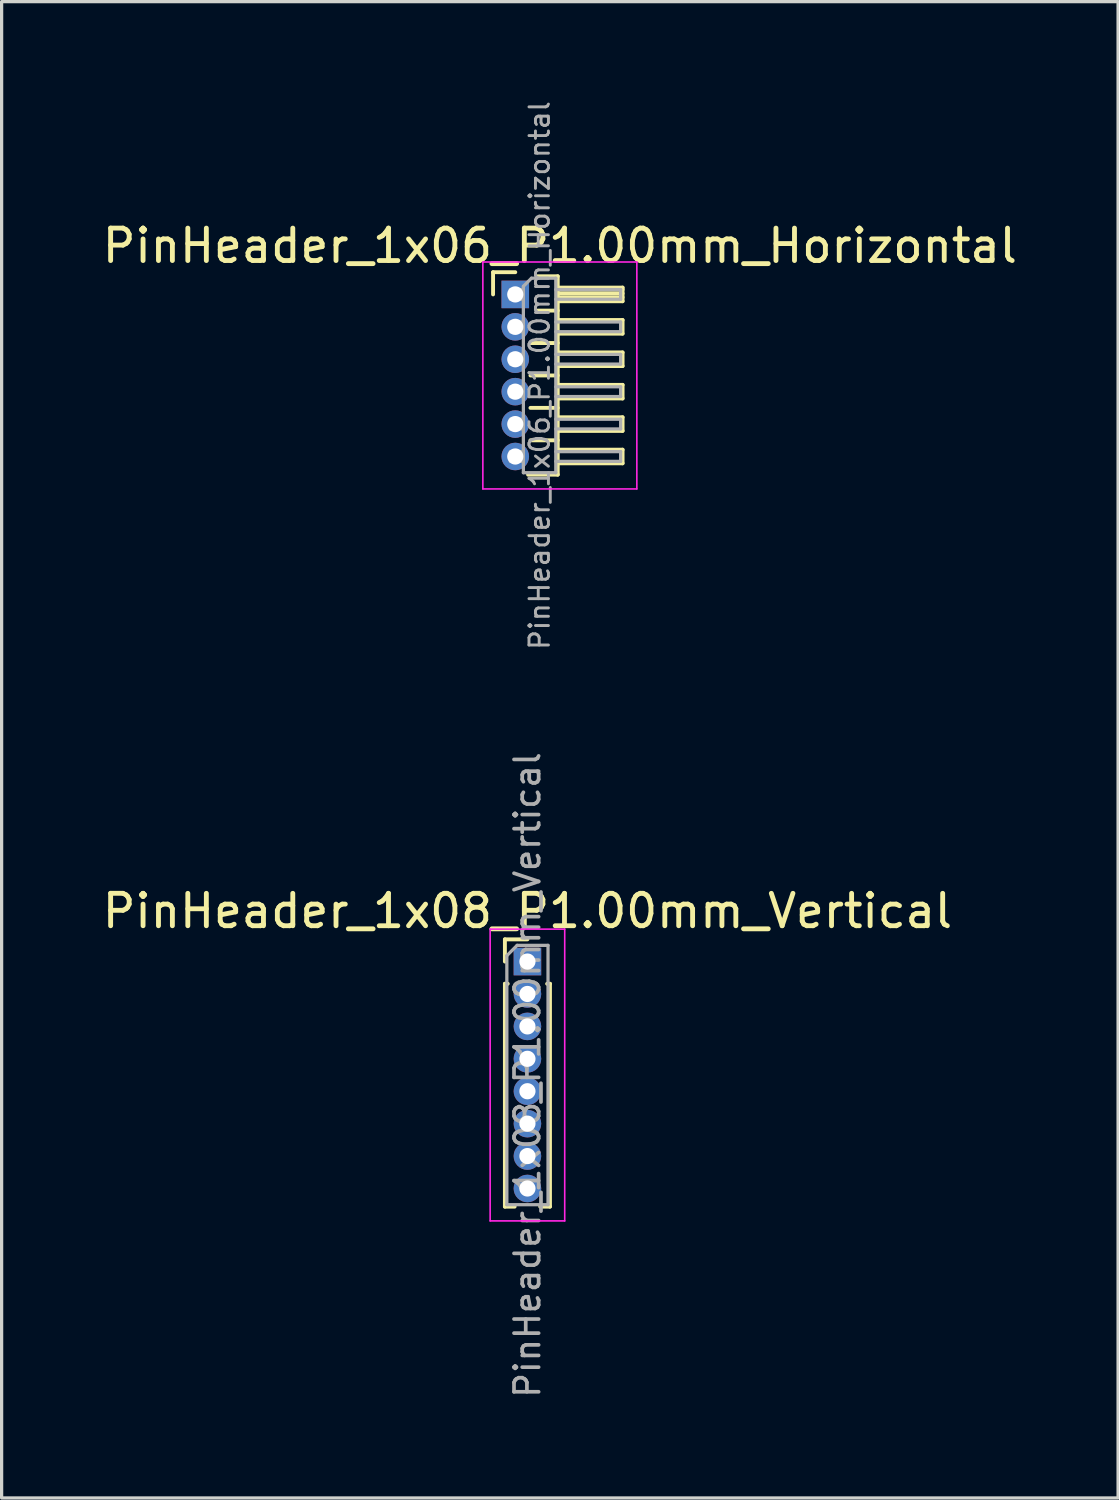
<source format=kicad_pcb>
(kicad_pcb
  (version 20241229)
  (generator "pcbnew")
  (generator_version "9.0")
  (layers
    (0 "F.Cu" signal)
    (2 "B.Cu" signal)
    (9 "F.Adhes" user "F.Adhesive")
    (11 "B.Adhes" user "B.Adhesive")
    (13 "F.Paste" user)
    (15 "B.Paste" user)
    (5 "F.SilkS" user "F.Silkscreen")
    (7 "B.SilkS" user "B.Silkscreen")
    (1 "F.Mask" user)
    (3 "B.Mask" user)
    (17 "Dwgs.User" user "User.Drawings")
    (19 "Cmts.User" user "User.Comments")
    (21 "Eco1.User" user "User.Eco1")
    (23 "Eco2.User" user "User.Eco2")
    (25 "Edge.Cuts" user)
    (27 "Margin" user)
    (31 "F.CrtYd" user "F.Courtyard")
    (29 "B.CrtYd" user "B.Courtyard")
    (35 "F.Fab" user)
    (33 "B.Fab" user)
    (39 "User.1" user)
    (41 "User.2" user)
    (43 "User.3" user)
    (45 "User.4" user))
  (footprint "PinHeader_1x08_P1.00mm_Vertical"
    (layer "F.Cu")
    (at 13.22 26.612)
    (property "Reference" "PinHeader_1x08_P1.00mm_Vertical" (at 0 -1.56 0) (layer "F.SilkS") (effects (font (size 1 1) (thickness 0.15))))
    (attr through_hole)
    (fp_line (start -0.695 -0.685) (end 0 -0.685) (stroke (width 0.12) (type solid)) (layer "F.SilkS"))
    (fp_line (start -0.695 0) (end -0.695 -0.685) (stroke (width 0.12) (type solid)) (layer "F.SilkS"))
    (fp_line (start -0.695 0.685) (end -0.695 7.56) (stroke (width 0.12) (type solid)) (layer "F.SilkS"))
    (fp_line (start -0.695 0.685) (end -0.608 0.685) (stroke (width 0.12) (type solid)) (layer "F.SilkS"))
    (fp_line (start -0.695 7.56) (end -0.394 7.56) (stroke (width 0.12) (type solid)) (layer "F.SilkS"))
    (fp_line (start 0.394 7.56) (end 0.695 7.56) (stroke (width 0.12) (type solid)) (layer "F.SilkS"))
    (fp_line (start 0.608 0.685) (end 0.695 0.685) (stroke (width 0.12) (type solid)) (layer "F.SilkS"))
    (fp_line (start 0.695 0.685) (end 0.695 7.56) (stroke (width 0.12) (type solid)) (layer "F.SilkS"))
    (fp_line (start -1.15 -1) (end -1.15 8) (stroke (width 0.05) (type solid)) (layer "F.CrtYd"))
    (fp_line (start -1.15 8) (end 1.15 8) (stroke (width 0.05) (type solid)) (layer "F.CrtYd"))
    (fp_line (start 1.15 -1) (end -1.15 -1) (stroke (width 0.05) (type solid)) (layer "F.CrtYd"))
    (fp_line (start 1.15 8) (end 1.15 -1) (stroke (width 0.05) (type solid)) (layer "F.CrtYd"))
    (fp_line (start -0.635 -0.182) (end -0.318 -0.5) (stroke (width 0.1) (type solid)) (layer "F.Fab"))
    (fp_line (start -0.635 7.5) (end -0.635 -0.182) (stroke (width 0.1) (type solid)) (layer "F.Fab"))
    (fp_line (start -0.318 -0.5) (end 0.635 -0.5) (stroke (width 0.1) (type solid)) (layer "F.Fab"))
    (fp_line (start 0.635 -0.5) (end 0.635 7.5) (stroke (width 0.1) (type solid)) (layer "F.Fab"))
    (fp_line (start 0.635 7.5) (end -0.635 7.5) (stroke (width 0.1) (type solid)) (layer "F.Fab"))
    (fp_text user "${REFERENCE}" (at 0 3.5 90) (layer "F.Fab") (effects (font (size 0.76 0.76) (thickness 0.114))))
    (pad "1" thru_hole rect (at 0 0) (size 0.85 0.85) (drill 0.5) (layers "*.Cu" "*.Mask"))
    (pad "2" thru_hole oval (at 0 1) (size 0.85 0.85) (drill 0.5) (layers "*.Cu" "*.Mask"))
    (pad "3" thru_hole oval (at 0 2) (size 0.85 0.85) (drill 0.5) (layers "*.Cu" "*.Mask"))
    (pad "4" thru_hole oval (at 0 3) (size 0.85 0.85) (drill 0.5) (layers "*.Cu" "*.Mask"))
    (pad "5" thru_hole oval (at 0 4) (size 0.85 0.85) (drill 0.5) (layers "*.Cu" "*.Mask"))
    (pad "6" thru_hole oval (at 0 5) (size 0.85 0.85) (drill 0.5) (layers "*.Cu" "*.Mask"))
    (pad "7" thru_hole oval (at 0 6) (size 0.85 0.85) (drill 0.5) (layers "*.Cu" "*.Mask"))
    (pad "8" thru_hole oval (at 0 7) (size 0.85 0.85) (drill 0.5) (layers "*.Cu" "*.Mask")))
  (footprint "PinHeader_1x06_P1.00mm_Horizontal"
    (layer "F.Cu")
    (at 12.845 6.032)
    (property "Reference" "PinHeader_1x06_P1.00mm_Horizontal" (at 1.375 -1.5 0) (layer "F.SilkS") (effects (font (size 1 1) (thickness 0.15))))
    (attr through_hole)
    (fp_line (start -0.685 -0.685) (end 0 -0.685) (stroke (width 0.12) (type solid)) (layer "F.SilkS"))
    (fp_line (start -0.685 0) (end -0.685 -0.685) (stroke (width 0.12) (type solid)) (layer "F.SilkS"))
    (fp_line (start 0.468 1.5) (end 1.31 1.5) (stroke (width 0.12) (type solid)) (layer "F.SilkS"))
    (fp_line (start 0.468 2.5) (end 1.31 2.5) (stroke (width 0.12) (type solid)) (layer "F.SilkS"))
    (fp_line (start 0.468 3.5) (end 1.31 3.5) (stroke (width 0.12) (type solid)) (layer "F.SilkS"))
    (fp_line (start 0.468 4.5) (end 1.31 4.5) (stroke (width 0.12) (type solid)) (layer "F.SilkS"))
    (fp_line (start 0.685 -0.56) (end 1.31 -0.56) (stroke (width 0.12) (type solid)) (layer "F.SilkS"))
    (fp_line (start 0.685 0.5) (end 1.31 0.5) (stroke (width 0.12) (type solid)) (layer "F.SilkS"))
    (fp_line (start 1.31 -0.56) (end 1.31 5.56) (stroke (width 0.12) (type solid)) (layer "F.SilkS"))
    (fp_line (start 1.31 -0.21) (end 3.31 -0.21) (stroke (width 0.12) (type solid)) (layer "F.SilkS"))
    (fp_line (start 1.31 -0.15) (end 3.31 -0.15) (stroke (width 0.12) (type solid)) (layer "F.SilkS"))
    (fp_line (start 1.31 -0.03) (end 3.31 -0.03) (stroke (width 0.12) (type solid)) (layer "F.SilkS"))
    (fp_line (start 1.31 0.09) (end 3.31 0.09) (stroke (width 0.12) (type solid)) (layer "F.SilkS"))
    (fp_line (start 1.31 0.79) (end 3.31 0.79) (stroke (width 0.12) (type solid)) (layer "F.SilkS"))
    (fp_line (start 1.31 1.79) (end 3.31 1.79) (stroke (width 0.12) (type solid)) (layer "F.SilkS"))
    (fp_line (start 1.31 2.79) (end 3.31 2.79) (stroke (width 0.12) (type solid)) (layer "F.SilkS"))
    (fp_line (start 1.31 3.79) (end 3.31 3.79) (stroke (width 0.12) (type solid)) (layer "F.SilkS"))
    (fp_line (start 1.31 4.79) (end 3.31 4.79) (stroke (width 0.12) (type solid)) (layer "F.SilkS"))
    (fp_line (start 1.31 5.56) (end 0.394 5.56) (stroke (width 0.12) (type solid)) (layer "F.SilkS"))
    (fp_line (start 3.31 -0.21) (end 3.31 0.21) (stroke (width 0.12) (type solid)) (layer "F.SilkS"))
    (fp_line (start 3.31 0.21) (end 1.31 0.21) (stroke (width 0.12) (type solid)) (layer "F.SilkS"))
    (fp_line (start 3.31 0.79) (end 3.31 1.21) (stroke (width 0.12) (type solid)) (layer "F.SilkS"))
    (fp_line (start 3.31 1.21) (end 1.31 1.21) (stroke (width 0.12) (type solid)) (layer "F.SilkS"))
    (fp_line (start 3.31 1.79) (end 3.31 2.21) (stroke (width 0.12) (type solid)) (layer "F.SilkS"))
    (fp_line (start 3.31 2.21) (end 1.31 2.21) (stroke (width 0.12) (type solid)) (layer "F.SilkS"))
    (fp_line (start 3.31 2.79) (end 3.31 3.21) (stroke (width 0.12) (type solid)) (layer "F.SilkS"))
    (fp_line (start 3.31 3.21) (end 1.31 3.21) (stroke (width 0.12) (type solid)) (layer "F.SilkS"))
    (fp_line (start 3.31 3.79) (end 3.31 4.21) (stroke (width 0.12) (type solid)) (layer "F.SilkS"))
    (fp_line (start 3.31 4.21) (end 1.31 4.21) (stroke (width 0.12) (type solid)) (layer "F.SilkS"))
    (fp_line (start 3.31 4.79) (end 3.31 5.21) (stroke (width 0.12) (type solid)) (layer "F.SilkS"))
    (fp_line (start 3.31 5.21) (end 1.31 5.21) (stroke (width 0.12) (type solid)) (layer "F.SilkS"))
    (fp_line (start -1 -1) (end -1 6) (stroke (width 0.05) (type solid)) (layer "F.CrtYd"))
    (fp_line (start -1 6) (end 3.75 6) (stroke (width 0.05) (type solid)) (layer "F.CrtYd"))
    (fp_line (start 3.75 -1) (end -1 -1) (stroke (width 0.05) (type solid)) (layer "F.CrtYd"))
    (fp_line (start 3.75 6) (end 3.75 -1) (stroke (width 0.05) (type solid)) (layer "F.CrtYd"))
    (fp_line (start -0.15 -0.15) (end -0.15 0.15) (stroke (width 0.1) (type solid)) (layer "F.Fab"))
    (fp_line (start -0.15 -0.15) (end 0.25 -0.15) (stroke (width 0.1) (type solid)) (layer "F.Fab"))
    (fp_line (start -0.15 0.15) (end 0.25 0.15) (stroke (width 0.1) (type solid)) (layer "F.Fab"))
    (fp_line (start -0.15 0.85) (end -0.15 1.15) (stroke (width 0.1) (type solid)) (layer "F.Fab"))
    (fp_line (start -0.15 0.85) (end 0.25 0.85) (stroke (width 0.1) (type solid)) (layer "F.Fab"))
    (fp_line (start -0.15 1.15) (end 0.25 1.15) (stroke (width 0.1) (type solid)) (layer "F.Fab"))
    (fp_line (start -0.15 1.85) (end -0.15 2.15) (stroke (width 0.1) (type solid)) (layer "F.Fab"))
    (fp_line (start -0.15 1.85) (end 0.25 1.85) (stroke (width 0.1) (type solid)) (layer "F.Fab"))
    (fp_line (start -0.15 2.15) (end 0.25 2.15) (stroke (width 0.1) (type solid)) (layer "F.Fab"))
    (fp_line (start -0.15 2.85) (end -0.15 3.15) (stroke (width 0.1) (type solid)) (layer "F.Fab"))
    (fp_line (start -0.15 2.85) (end 0.25 2.85) (stroke (width 0.1) (type solid)) (layer "F.Fab"))
    (fp_line (start -0.15 3.15) (end 0.25 3.15) (stroke (width 0.1) (type solid)) (layer "F.Fab"))
    (fp_line (start -0.15 3.85) (end -0.15 4.15) (stroke (width 0.1) (type solid)) (layer "F.Fab"))
    (fp_line (start -0.15 3.85) (end 0.25 3.85) (stroke (width 0.1) (type solid)) (layer "F.Fab"))
    (fp_line (start -0.15 4.15) (end 0.25 4.15) (stroke (width 0.1) (type solid)) (layer "F.Fab"))
    (fp_line (start -0.15 4.85) (end -0.15 5.15) (stroke (width 0.1) (type solid)) (layer "F.Fab"))
    (fp_line (start -0.15 4.85) (end 0.25 4.85) (stroke (width 0.1) (type solid)) (layer "F.Fab"))
    (fp_line (start -0.15 5.15) (end 0.25 5.15) (stroke (width 0.1) (type solid)) (layer "F.Fab"))
    (fp_line (start 0.25 -0.25) (end 0.5 -0.5) (stroke (width 0.1) (type solid)) (layer "F.Fab"))
    (fp_line (start 0.25 5.5) (end 0.25 -0.25) (stroke (width 0.1) (type solid)) (layer "F.Fab"))
    (fp_line (start 0.5 -0.5) (end 1.25 -0.5) (stroke (width 0.1) (type solid)) (layer "F.Fab"))
    (fp_line (start 1.25 -0.5) (end 1.25 5.5) (stroke (width 0.1) (type solid)) (layer "F.Fab"))
    (fp_line (start 1.25 -0.15) (end 3.25 -0.15) (stroke (width 0.1) (type solid)) (layer "F.Fab"))
    (fp_line (start 1.25 0.15) (end 3.25 0.15) (stroke (width 0.1) (type solid)) (layer "F.Fab"))
    (fp_line (start 1.25 0.85) (end 3.25 0.85) (stroke (width 0.1) (type solid)) (layer "F.Fab"))
    (fp_line (start 1.25 1.15) (end 3.25 1.15) (stroke (width 0.1) (type solid)) (layer "F.Fab"))
    (fp_line (start 1.25 1.85) (end 3.25 1.85) (stroke (width 0.1) (type solid)) (layer "F.Fab"))
    (fp_line (start 1.25 2.15) (end 3.25 2.15) (stroke (width 0.1) (type solid)) (layer "F.Fab"))
    (fp_line (start 1.25 2.85) (end 3.25 2.85) (stroke (width 0.1) (type solid)) (layer "F.Fab"))
    (fp_line (start 1.25 3.15) (end 3.25 3.15) (stroke (width 0.1) (type solid)) (layer "F.Fab"))
    (fp_line (start 1.25 3.85) (end 3.25 3.85) (stroke (width 0.1) (type solid)) (layer "F.Fab"))
    (fp_line (start 1.25 4.15) (end 3.25 4.15) (stroke (width 0.1) (type solid)) (layer "F.Fab"))
    (fp_line (start 1.25 4.85) (end 3.25 4.85) (stroke (width 0.1) (type solid)) (layer "F.Fab"))
    (fp_line (start 1.25 5.15) (end 3.25 5.15) (stroke (width 0.1) (type solid)) (layer "F.Fab"))
    (fp_line (start 1.25 5.5) (end 0.25 5.5) (stroke (width 0.1) (type solid)) (layer "F.Fab"))
    (fp_line (start 3.25 -0.15) (end 3.25 0.15) (stroke (width 0.1) (type solid)) (layer "F.Fab"))
    (fp_line (start 3.25 0.85) (end 3.25 1.15) (stroke (width 0.1) (type solid)) (layer "F.Fab"))
    (fp_line (start 3.25 1.85) (end 3.25 2.15) (stroke (width 0.1) (type solid)) (layer "F.Fab"))
    (fp_line (start 3.25 2.85) (end 3.25 3.15) (stroke (width 0.1) (type solid)) (layer "F.Fab"))
    (fp_line (start 3.25 3.85) (end 3.25 4.15) (stroke (width 0.1) (type solid)) (layer "F.Fab"))
    (fp_line (start 3.25 4.85) (end 3.25 5.15) (stroke (width 0.1) (type solid)) (layer "F.Fab"))
    (fp_text user "${REFERENCE}" (at 0.75 2.5 90) (layer "F.Fab") (effects (font (size 0.6 0.6) (thickness 0.09))))
    (pad "1" thru_hole rect (at 0 0) (size 0.85 0.85) (drill 0.5) (layers "*.Cu" "*.Mask"))
    (pad "2" thru_hole oval (at 0 1) (size 0.85 0.85) (drill 0.5) (layers "*.Cu" "*.Mask"))
    (pad "3" thru_hole oval (at 0 2) (size 0.85 0.85) (drill 0.5) (layers "*.Cu" "*.Mask"))
    (pad "4" thru_hole oval (at 0 3) (size 0.85 0.85) (drill 0.5) (layers "*.Cu" "*.Mask"))
    (pad "5" thru_hole oval (at 0 4) (size 0.85 0.85) (drill 0.5) (layers "*.Cu" "*.Mask"))
    (pad "6" thru_hole oval (at 0 5) (size 0.85 0.85) (drill 0.5) (layers "*.Cu" "*.Mask")))
  (gr_rect
    (start -3 -3)
    (end 31.44 43.159)
    (stroke (width 0.1) (type default))
    (fill no)
    (layer "Edge.Cuts")))
</source>
